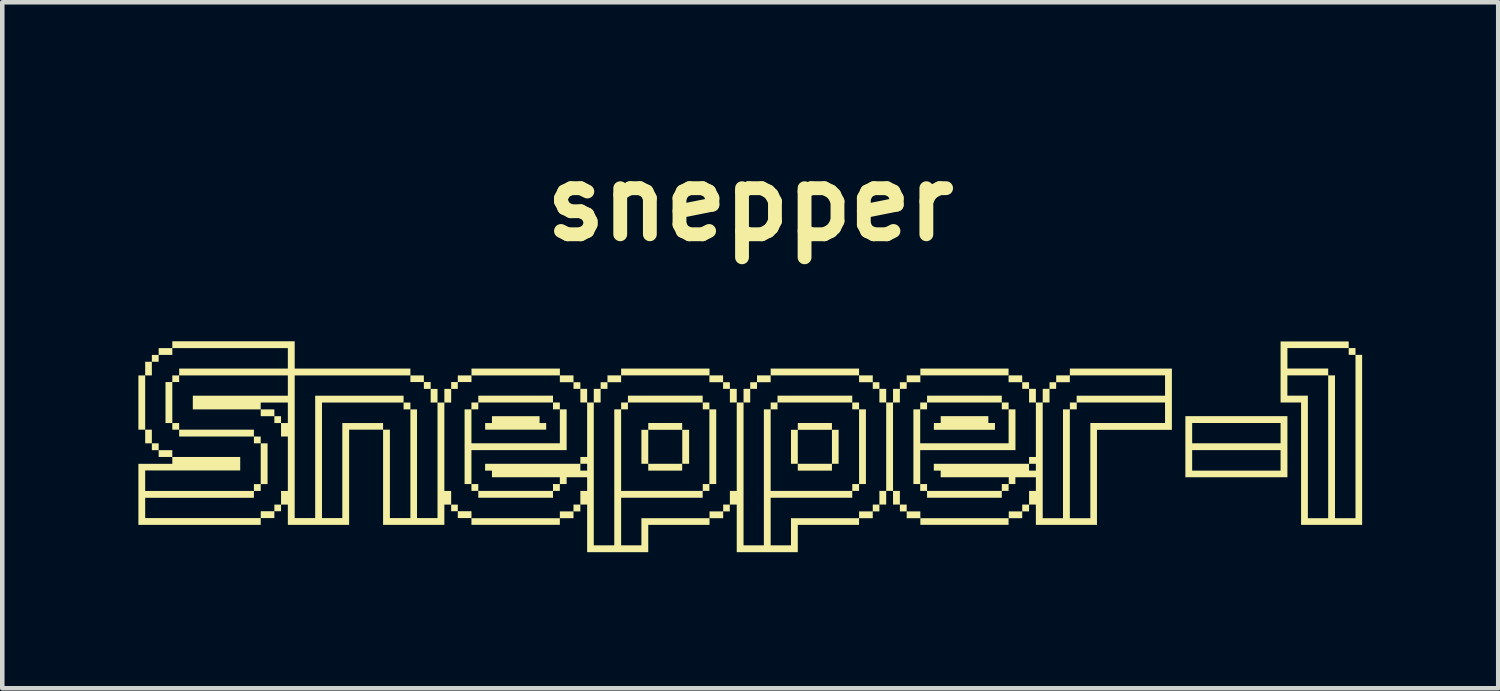
<source format=kicad_pcb>
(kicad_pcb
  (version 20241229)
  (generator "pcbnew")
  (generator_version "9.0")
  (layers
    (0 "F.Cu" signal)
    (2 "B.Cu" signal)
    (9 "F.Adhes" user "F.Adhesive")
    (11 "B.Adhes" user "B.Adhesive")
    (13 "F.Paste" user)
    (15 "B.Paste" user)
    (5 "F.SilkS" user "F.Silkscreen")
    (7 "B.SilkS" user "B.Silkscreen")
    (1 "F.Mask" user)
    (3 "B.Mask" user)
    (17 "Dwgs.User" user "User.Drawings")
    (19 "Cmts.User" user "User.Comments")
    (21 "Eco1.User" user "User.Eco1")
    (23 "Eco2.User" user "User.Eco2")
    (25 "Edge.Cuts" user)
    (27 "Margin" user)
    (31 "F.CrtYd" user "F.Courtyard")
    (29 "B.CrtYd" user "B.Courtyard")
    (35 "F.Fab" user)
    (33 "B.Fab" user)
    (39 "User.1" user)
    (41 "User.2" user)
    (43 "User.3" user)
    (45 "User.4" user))
  (footprint "snepper"
    (layer "F.Cu")
    (at 13.491 6.799)
    (property "Reference" "snepper" (at 0 -5.373 0) (layer "F.SilkS") (effects (font (size 1.524 1.524) (thickness 0.305))))
    (attr smd)
    (fp_poly (pts (xy -13.49 -0.974) (xy -13.49 -1.572) (xy -13.415 -1.572) (xy -13.34 -1.572) (xy -13.34 -0.974) (xy -13.34 -0.376) (xy -13.415 -0.376) (xy -13.49 -0.376) (xy -13.49 -0.974)) (stroke (width 0.001) (type solid)) (fill yes) (layer "F.SilkS"))
    (fp_poly (pts (xy -13.34 -1.723) (xy -13.34 -1.873) (xy -13.267 -1.873) (xy -13.193 -1.873) (xy -13.193 -1.723) (xy -13.193 -1.572) (xy -13.267 -1.572) (xy -13.34 -1.572) (xy -13.34 -1.723)) (stroke (width 0.001) (type solid)) (fill yes) (layer "F.SilkS"))
    (fp_poly (pts (xy -13.34 -0.225) (xy -13.34 -0.376) (xy -13.267 -0.376) (xy -13.193 -0.376) (xy -13.193 -0.225) (xy -13.193 -0.075) (xy -13.267 -0.075) (xy -13.34 -0.075) (xy -13.34 -0.225)) (stroke (width 0.001) (type solid)) (fill yes) (layer "F.SilkS"))
    (fp_poly (pts (xy -13.193 -1.948) (xy -13.193 -2.024) (xy -13.118 -2.024) (xy -13.043 -2.024) (xy -13.043 -1.948) (xy -13.043 -1.873) (xy -13.118 -1.873) (xy -13.193 -1.873) (xy -13.193 -1.948)) (stroke (width 0.001) (type solid)) (fill yes) (layer "F.SilkS"))
    (fp_poly (pts (xy -13.193 0.00044) (xy -13.193 -0.075) (xy -13.118 -0.075) (xy -13.043 -0.075) (xy -13.043 0.00044) (xy -13.043 0.076) (xy -13.118 0.076) (xy -13.193 0.076) (xy -13.193 0.00044)) (stroke (width 0.001) (type solid)) (fill yes) (layer "F.SilkS"))
    (fp_poly (pts (xy -13.043 -2.099) (xy -13.043 -2.174) (xy -12.892 -2.174) (xy -12.742 -2.174) (xy -12.742 -2.099) (xy -12.742 -2.024) (xy -12.892 -2.024) (xy -13.043 -2.024) (xy -13.043 -2.099)) (stroke (width 0.001) (type solid)) (fill yes) (layer "F.SilkS"))
    (fp_poly (pts (xy -13.043 0.151) (xy -13.043 0.076) (xy -12.892 0.076) (xy -12.742 0.076) (xy -12.742 0.151) (xy -12.742 0.226) (xy -12.892 0.226) (xy -13.043 0.226) (xy -13.043 0.151)) (stroke (width 0.001) (type solid)) (fill yes) (layer "F.SilkS"))
    (fp_poly (pts (xy -12.892 -0.974) (xy -12.892 -1.426) (xy -12.817 -1.426) (xy -12.742 -1.426) (xy -12.742 -0.974) (xy -12.742 -0.522) (xy -12.817 -0.522) (xy -12.892 -0.522) (xy -12.892 -0.974)) (stroke (width 0.001) (type solid)) (fill yes) (layer "F.SilkS"))
    (fp_poly (pts (xy -12.742 -1.499) (xy -12.742 -1.572) (xy -12.666 -1.572) (xy -12.591 -1.572) (xy -12.591 -1.499) (xy -12.591 -1.426) (xy -12.666 -1.426) (xy -12.742 -1.426) (xy -12.742 -1.499)) (stroke (width 0.001) (type solid)) (fill yes) (layer "F.SilkS"))
    (fp_poly (pts (xy -12.742 -0.449) (xy -12.742 -0.522) (xy -12.666 -0.522) (xy -12.591 -0.522) (xy -12.591 -0.449) (xy -12.591 -0.376) (xy -12.666 -0.376) (xy -12.742 -0.376) (xy -12.742 -0.449)) (stroke (width 0.001) (type solid)) (fill yes) (layer "F.SilkS"))
    (fp_poly (pts (xy -12.591 -0.301) (xy -12.591 -0.376) (xy -11.767 -0.376) (xy -10.943 -0.376) (xy -10.943 -0.301) (xy -10.943 -0.225) (xy -11.767 -0.225) (xy -12.591 -0.225) (xy -12.591 -0.301)) (stroke (width 0.001) (type solid)) (fill yes) (layer "F.SilkS"))
    (fp_poly (pts (xy -10.943 -0.15) (xy -10.943 -0.225) (xy -10.868 -0.225) (xy -10.793 -0.225) (xy -10.793 -0.15) (xy -10.793 -0.075) (xy -10.868 -0.075) (xy -10.943 -0.075) (xy -10.943 -0.15)) (stroke (width 0.001) (type solid)) (fill yes) (layer "F.SilkS"))
    (fp_poly (pts (xy -10.943 0.9) (xy -10.943 0.824) (xy -10.868 0.824) (xy -10.793 0.824) (xy -10.793 0.9) (xy -10.793 0.975) (xy -10.868 0.975) (xy -10.943 0.975) (xy -10.943 0.9)) (stroke (width 0.001) (type solid)) (fill yes) (layer "F.SilkS"))
    (fp_poly (pts (xy -10.793 -0.748) (xy -10.793 -0.823) (xy -10.642 -0.823) (xy -10.492 -0.823) (xy -10.492 -0.748) (xy -10.492 -0.673) (xy -10.642 -0.673) (xy -10.793 -0.673) (xy -10.793 -0.748)) (stroke (width 0.001) (type solid)) (fill yes) (layer "F.SilkS"))
    (fp_poly (pts (xy -10.793 0.375) (xy -10.793 -0.075) (xy -10.717 -0.075) (xy -10.642 -0.075) (xy -10.642 0.375) (xy -10.642 0.824) (xy -10.717 0.824) (xy -10.793 0.824) (xy -10.793 0.375)) (stroke (width 0.001) (type solid)) (fill yes) (layer "F.SilkS"))
    (fp_poly (pts (xy -10.793 1.498) (xy -10.793 1.422) (xy -10.642 1.422) (xy -10.492 1.422) (xy -10.492 1.498) (xy -10.492 1.573) (xy -10.642 1.573) (xy -10.793 1.573) (xy -10.793 1.498)) (stroke (width 0.001) (type solid)) (fill yes) (layer "F.SilkS"))
    (fp_poly (pts (xy -10.492 -0.598) (xy -10.492 -0.673) (xy -10.418 -0.673) (xy -10.345 -0.673) (xy -10.345 -0.598) (xy -10.345 -0.522) (xy -10.418 -0.522) (xy -10.492 -0.522) (xy -10.492 -0.598)) (stroke (width 0.001) (type solid)) (fill yes) (layer "F.SilkS"))
    (fp_poly (pts (xy -10.492 1.349) (xy -10.492 1.276) (xy -10.418 1.276) (xy -10.345 1.276) (xy -10.345 1.349) (xy -10.345 1.422) (xy -10.418 1.422) (xy -10.492 1.422) (xy -10.492 1.349)) (stroke (width 0.001) (type solid)) (fill yes) (layer "F.SilkS"))
    (fp_poly (pts (xy -7.643 -0.899) (xy -7.643 -0.974) (xy -7.568 -0.974) (xy -7.493 -0.974) (xy -7.493 -0.899) (xy -7.493 -0.823) (xy -7.568 -0.823) (xy -7.643 -0.823) (xy -7.643 -0.899)) (stroke (width 0.001) (type solid)) (fill yes) (layer "F.SilkS"))
    (fp_poly (pts (xy -7.493 -1.499) (xy -7.493 -1.572) (xy -7.344 -1.572) (xy -7.196 -1.572) (xy -7.196 -1.499) (xy -7.196 -1.426) (xy -7.344 -1.426) (xy -7.493 -1.426) (xy -7.493 -1.499)) (stroke (width 0.001) (type solid)) (fill yes) (layer "F.SilkS"))
    (fp_poly (pts (xy -7.196 -1.351) (xy -7.196 -1.426) (xy -7.121 -1.426) (xy -7.046 -1.426) (xy -7.046 -1.351) (xy -7.046 -1.275) (xy -7.121 -1.275) (xy -7.196 -1.275) (xy -7.196 -1.351)) (stroke (width 0.001) (type solid)) (fill yes) (layer "F.SilkS"))
    (fp_poly (pts (xy -7.046 -1.125) (xy -7.046 -1.275) (xy -6.97 -1.275) (xy -6.895 -1.275) (xy -6.895 -1.125) (xy -6.895 -0.974) (xy -6.97 -0.974) (xy -7.046 -0.974) (xy -7.046 -1.125)) (stroke (width 0.001) (type solid)) (fill yes) (layer "F.SilkS"))
    (fp_poly (pts (xy -6.744 -1.125) (xy -6.744 -1.275) (xy -6.669 -1.275) (xy -6.594 -1.275) (xy -6.594 -1.125) (xy -6.594 -0.974) (xy -6.669 -0.974) (xy -6.744 -0.974) (xy -6.744 -1.125)) (stroke (width 0.001) (type solid)) (fill yes) (layer "F.SilkS"))
    (fp_poly (pts (xy -6.594 -1.351) (xy -6.594 -1.426) (xy -6.521 -1.426) (xy -6.448 -1.426) (xy -6.448 -1.351) (xy -6.448 -1.275) (xy -6.521 -1.275) (xy -6.594 -1.275) (xy -6.594 -1.351)) (stroke (width 0.001) (type solid)) (fill yes) (layer "F.SilkS"))
    (fp_poly (pts (xy -6.594 1.349) (xy -6.594 1.276) (xy -6.521 1.276) (xy -6.448 1.276) (xy -6.448 1.349) (xy -6.448 1.422) (xy -6.521 1.422) (xy -6.594 1.422) (xy -6.594 1.349)) (stroke (width 0.001) (type solid)) (fill yes) (layer "F.SilkS"))
    (fp_poly (pts (xy -6.448 -1.499) (xy -6.448 -1.572) (xy -6.297 -1.572) (xy -6.146 -1.572) (xy -6.146 -1.499) (xy -6.146 -1.426) (xy -6.297 -1.426) (xy -6.448 -1.426) (xy -6.448 -1.499)) (stroke (width 0.001) (type solid)) (fill yes) (layer "F.SilkS"))
    (fp_poly (pts (xy -6.448 1.498) (xy -6.448 1.422) (xy -6.297 1.422) (xy -6.146 1.422) (xy -6.146 1.498) (xy -6.146 1.573) (xy -6.297 1.573) (xy -6.448 1.573) (xy -6.448 1.498)) (stroke (width 0.001) (type solid)) (fill yes) (layer "F.SilkS"))
    (fp_poly (pts (xy -6.147 -0.9) (xy -6.147 -0.975) (xy -6.072 -0.975) (xy -5.996 -0.975) (xy -5.996 -0.9) (xy -5.996 -0.824) (xy -6.072 -0.824) (xy -6.147 -0.824) (xy -6.147 -0.9)) (stroke (width 0.001) (type solid)) (fill yes) (layer "F.SilkS"))
    (fp_poly (pts (xy -6.147 0.899) (xy -6.147 0.823) (xy -6.072 0.823) (xy -5.996 0.823) (xy -5.996 0.899) (xy -5.996 0.974) (xy -6.072 0.974) (xy -6.147 0.974) (xy -6.147 0.899)) (stroke (width 0.001) (type solid)) (fill yes) (layer "F.SilkS"))
    (fp_poly (pts (xy -6.147 1.649) (xy -6.147 1.576) (xy -5.173 1.576) (xy -4.198 1.576) (xy -4.198 1.649) (xy -4.198 1.722) (xy -5.173 1.722) (xy -6.147 1.722) (xy -6.147 1.649)) (stroke (width 0.001) (type solid)) (fill yes) (layer "F.SilkS"))
    (fp_poly (pts (xy -6.146 -1.647) (xy -6.146 -1.723) (xy -5.172 -1.723) (xy -4.197 -1.723) (xy -4.197 -1.647) (xy -4.197 -1.572) (xy -5.172 -1.572) (xy -6.146 -1.572) (xy -6.146 -1.647)) (stroke (width 0.001) (type solid)) (fill yes) (layer "F.SilkS"))
    (fp_poly (pts (xy -5.996 -1.05) (xy -5.996 -1.126) (xy -5.173 -1.126) (xy -4.349 -1.126) (xy -4.349 -1.05) (xy -4.349 -0.975) (xy -5.173 -0.975) (xy -5.996 -0.975) (xy -5.996 -1.05)) (stroke (width 0.001) (type solid)) (fill yes) (layer "F.SilkS"))
    (fp_poly (pts (xy -5.996 1.049) (xy -5.996 0.974) (xy -5.173 0.974) (xy -4.349 0.974) (xy -4.349 1.049) (xy -4.349 1.125) (xy -5.173 1.125) (xy -5.996 1.125) (xy -5.996 1.049)) (stroke (width 0.001) (type solid)) (fill yes) (layer "F.SilkS"))
    (fp_poly (pts (xy -4.349 -0.9) (xy -4.349 -0.975) (xy -4.273 -0.975) (xy -4.198 -0.975) (xy -4.198 -0.9) (xy -4.198 -0.824) (xy -4.273 -0.824) (xy -4.349 -0.824) (xy -4.349 -0.9)) (stroke (width 0.001) (type solid)) (fill yes) (layer "F.SilkS"))
    (fp_poly (pts (xy -4.349 0.899) (xy -4.349 0.823) (xy -4.273 0.823) (xy -4.198 0.823) (xy -4.198 0.899) (xy -4.198 0.974) (xy -4.273 0.974) (xy -4.349 0.974) (xy -4.349 0.899)) (stroke (width 0.001) (type solid)) (fill yes) (layer "F.SilkS"))
    (fp_poly (pts (xy -4.198 -1.498) (xy -4.198 -1.573) (xy -4.048 -1.573) (xy -3.897 -1.573) (xy -3.897 -1.498) (xy -3.897 -1.422) (xy -4.048 -1.422) (xy -4.198 -1.422) (xy -4.198 -1.498)) (stroke (width 0.001) (type solid)) (fill yes) (layer "F.SilkS"))
    (fp_poly (pts (xy -4.198 1.501) (xy -4.198 1.426) (xy -4.048 1.426) (xy -3.897 1.426) (xy -3.897 1.501) (xy -3.897 1.576) (xy -4.048 1.576) (xy -4.198 1.576) (xy -4.198 1.501)) (stroke (width 0.001) (type solid)) (fill yes) (layer "F.SilkS"))
    (fp_poly (pts (xy -3.897 -1.349) (xy -3.897 -1.422) (xy -3.822 -1.422) (xy -3.746 -1.422) (xy -3.746 -1.349) (xy -3.746 -1.276) (xy -3.822 -1.276) (xy -3.897 -1.276) (xy -3.897 -1.349)) (stroke (width 0.001) (type solid)) (fill yes) (layer "F.SilkS"))
    (fp_poly (pts (xy -3.897 1.351) (xy -3.897 1.275) (xy -3.822 1.275) (xy -3.746 1.275) (xy -3.746 1.351) (xy -3.746 1.426) (xy -3.822 1.426) (xy -3.897 1.426) (xy -3.897 1.351)) (stroke (width 0.001) (type solid)) (fill yes) (layer "F.SilkS"))
    (fp_poly (pts (xy -3.746 -1.126) (xy -3.746 -1.276) (xy -3.671 -1.276) (xy -3.596 -1.276) (xy -3.596 -1.126) (xy -3.596 -0.975) (xy -3.671 -0.975) (xy -3.746 -0.975) (xy -3.746 -1.126)) (stroke (width 0.001) (type solid)) (fill yes) (layer "F.SilkS"))
    (fp_poly (pts (xy -3.45 -1.126) (xy -3.45 -1.276) (xy -3.374 -1.276) (xy -3.299 -1.276) (xy -3.299 -1.126) (xy -3.299 -0.975) (xy -3.374 -0.975) (xy -3.45 -0.975) (xy -3.45 -1.126)) (stroke (width 0.001) (type solid)) (fill yes) (layer "F.SilkS"))
    (fp_poly (pts (xy -3.299 -1.349) (xy -3.299 -1.422) (xy -3.224 -1.422) (xy -3.148 -1.422) (xy -3.148 -1.349) (xy -3.148 -1.276) (xy -3.224 -1.276) (xy -3.299 -1.276) (xy -3.299 -1.349)) (stroke (width 0.001) (type solid)) (fill yes) (layer "F.SilkS"))
    (fp_poly (pts (xy -3.148 -1.498) (xy -3.148 -1.573) (xy -2.998 -1.573) (xy -2.847 -1.573) (xy -2.847 -1.498) (xy -2.847 -1.422) (xy -2.998 -1.422) (xy -3.148 -1.422) (xy -3.148 -1.498)) (stroke (width 0.001) (type solid)) (fill yes) (layer "F.SilkS"))
    (fp_poly (pts (xy -2.847 -1.648) (xy -2.847 -1.723) (xy -1.873 -1.723) (xy -0.898 -1.723) (xy -0.898 -1.648) (xy -0.898 -1.573) (xy -1.873 -1.573) (xy -2.847 -1.573) (xy -2.847 -1.648)) (stroke (width 0.001) (type solid)) (fill yes) (layer "F.SilkS"))
    (fp_poly (pts (xy -2.847 -0.9) (xy -2.847 -0.975) (xy -2.772 -0.975) (xy -2.697 -0.975) (xy -2.697 -0.9) (xy -2.697 -0.824) (xy -2.772 -0.824) (xy -2.847 -0.824) (xy -2.847 -0.9)) (stroke (width 0.001) (type solid)) (fill yes) (layer "F.SilkS"))
    (fp_poly (pts (xy -2.697 -1.05) (xy -2.697 -1.126) (xy -1.873 -1.126) (xy -1.049 -1.126) (xy -1.049 -1.05) (xy -1.049 -0.975) (xy -1.873 -0.975) (xy -2.697 -0.975) (xy -2.697 -1.05)) (stroke (width 0.001) (type solid)) (fill yes) (layer "F.SilkS"))
    (fp_poly (pts (xy -2.4 0.002) (xy -2.4 -0.373) (xy -2.324 -0.373) (xy -2.249 -0.373) (xy -2.249 0.002) (xy -2.249 0.376) (xy -2.324 0.376) (xy -2.4 0.376) (xy -2.4 0.002)) (stroke (width 0.001) (type solid)) (fill yes) (layer "F.SilkS"))
    (fp_poly (pts (xy -2.249 -0.448) (xy -2.249 -0.523) (xy -1.875 -0.523) (xy -1.501 -0.523) (xy -1.501 -0.448) (xy -1.501 -0.373) (xy -1.875 -0.373) (xy -2.249 -0.373) (xy -2.249 -0.448)) (stroke (width 0.001) (type solid)) (fill yes) (layer "F.SilkS"))
    (fp_poly (pts (xy -2.249 0.451) (xy -2.249 0.376) (xy -1.875 0.376) (xy -1.501 0.376) (xy -1.501 0.451) (xy -1.501 0.527) (xy -1.875 0.527) (xy -2.249 0.527) (xy -2.249 0.451)) (stroke (width 0.001) (type solid)) (fill yes) (layer "F.SilkS"))
    (fp_poly (pts (xy -1.499 0.002) (xy -1.499 -0.373) (xy -1.423 -0.373) (xy -1.348 -0.373) (xy -1.348 0.002) (xy -1.348 0.376) (xy -1.423 0.376) (xy -1.499 0.376) (xy -1.499 0.002)) (stroke (width 0.001) (type solid)) (fill yes) (layer "F.SilkS"))
    (fp_poly (pts (xy -1.047 -0.9) (xy -1.047 -0.975) (xy -0.974 -0.975) (xy -0.901 -0.975) (xy -0.901 -0.9) (xy -0.901 -0.824) (xy -0.974 -0.824) (xy -1.047 -0.824) (xy -1.047 -0.9)) (stroke (width 0.001) (type solid)) (fill yes) (layer "F.SilkS"))
    (fp_poly (pts (xy -1.047 0.899) (xy -1.047 0.823) (xy -0.974 0.823) (xy -0.901 0.823) (xy -0.901 0.899) (xy -0.901 0.974) (xy -0.974 0.974) (xy -1.047 0.974) (xy -1.047 0.899)) (stroke (width 0.001) (type solid)) (fill yes) (layer "F.SilkS"))
    (fp_poly (pts (xy -0.901 -1.498) (xy -0.901 -1.573) (xy -0.75 -1.573) (xy -0.599 -1.573) (xy -0.599 -1.498) (xy -0.599 -1.422) (xy -0.75 -1.422) (xy -0.901 -1.422) (xy -0.901 -1.498)) (stroke (width 0.001) (type solid)) (fill yes) (layer "F.SilkS"))
    (fp_poly (pts (xy -0.901 -0.00045) (xy -0.901 -0.824) (xy -0.825 -0.824) (xy -0.75 -0.824) (xy -0.75 -0.00045) (xy -0.75 0.823) (xy -0.825 0.823) (xy -0.901 0.823) (xy -0.901 -0.00045)) (stroke (width 0.001) (type solid)) (fill yes) (layer "F.SilkS"))
    (fp_poly (pts (xy -0.898 1.501) (xy -0.898 1.426) (xy -0.748 1.426) (xy -0.597 1.426) (xy -0.597 1.501) (xy -0.597 1.576) (xy -0.748 1.576) (xy -0.898 1.576) (xy -0.898 1.501)) (stroke (width 0.001) (type solid)) (fill yes) (layer "F.SilkS"))
    (fp_poly (pts (xy -0.599 -1.349) (xy -0.599 -1.422) (xy -0.524 -1.422) (xy -0.449 -1.422) (xy -0.449 -1.349) (xy -0.449 -1.276) (xy -0.524 -1.276) (xy -0.599 -1.276) (xy -0.599 -1.349)) (stroke (width 0.001) (type solid)) (fill yes) (layer "F.SilkS"))
    (fp_poly (pts (xy -0.597 1.351) (xy -0.597 1.275) (xy -0.524 1.275) (xy -0.451 1.275) (xy -0.451 1.351) (xy -0.451 1.426) (xy -0.524 1.426) (xy -0.597 1.426) (xy -0.597 1.351)) (stroke (width 0.001) (type solid)) (fill yes) (layer "F.SilkS"))
    (fp_poly (pts (xy -0.449 -1.126) (xy -0.449 -1.276) (xy -0.373 -1.276) (xy -0.298 -1.276) (xy -0.298 -1.126) (xy -0.298 -0.975) (xy -0.373 -0.975) (xy -0.449 -0.975) (xy -0.449 -1.126)) (stroke (width 0.001) (type solid)) (fill yes) (layer "F.SilkS"))
    (fp_poly (pts (xy -0.148 -1.126) (xy -0.148 -1.276) (xy -0.074 -1.276) (xy -0.001 -1.276) (xy -0.001 -1.126) (xy -0.001 -0.975) (xy -0.074 -0.975) (xy -0.148 -0.975) (xy -0.148 -1.126)) (stroke (width 0.001) (type solid)) (fill yes) (layer "F.SilkS"))
    (fp_poly (pts (xy -0.001 -1.349) (xy -0.001 -1.422) (xy 0.074 -1.422) (xy 0.149 -1.422) (xy 0.149 -1.349) (xy 0.149 -1.276) (xy 0.074 -1.276) (xy -0.001 -1.276) (xy -0.001 -1.349)) (stroke (width 0.001) (type solid)) (fill yes) (layer "F.SilkS"))
    (fp_poly (pts (xy 0.149 -1.498) (xy 0.149 -1.573) (xy 0.3 -1.573) (xy 0.45 -1.573) (xy 0.45 -1.498) (xy 0.45 -1.422) (xy 0.3 -1.422) (xy 0.149 -1.422) (xy 0.149 -1.498)) (stroke (width 0.001) (type solid)) (fill yes) (layer "F.SilkS"))
    (fp_poly (pts (xy 0.45 -1.648) (xy 0.45 -1.723) (xy 1.425 -1.723) (xy 2.399 -1.723) (xy 2.399 -1.648) (xy 2.399 -1.573) (xy 1.425 -1.573) (xy 0.45 -1.573) (xy 0.45 -1.648)) (stroke (width 0.001) (type solid)) (fill yes) (layer "F.SilkS"))
    (fp_poly (pts (xy 0.45 -0.9) (xy 0.45 -0.975) (xy 0.526 -0.975) (xy 0.601 -0.975) (xy 0.601 -0.9) (xy 0.601 -0.824) (xy 0.526 -0.824) (xy 0.45 -0.824) (xy 0.45 -0.9)) (stroke (width 0.001) (type solid)) (fill yes) (layer "F.SilkS"))
    (fp_poly (pts (xy 0.601 -1.05) (xy 0.601 -1.126) (xy 1.425 -1.126) (xy 2.249 -1.126) (xy 2.249 -1.05) (xy 2.249 -0.975) (xy 1.425 -0.975) (xy 0.601 -0.975) (xy 0.601 -1.05)) (stroke (width 0.001) (type solid)) (fill yes) (layer "F.SilkS"))
    (fp_poly (pts (xy 0.898 0.002) (xy 0.898 -0.373) (xy 0.973 -0.373) (xy 1.048 -0.373) (xy 1.048 0.002) (xy 1.048 0.376) (xy 0.973 0.376) (xy 0.898 0.376) (xy 0.898 0.002)) (stroke (width 0.001) (type solid)) (fill yes) (layer "F.SilkS"))
    (fp_poly (pts (xy 1.048 -0.448) (xy 1.048 -0.523) (xy 1.425 -0.523) (xy 1.801 -0.523) (xy 1.801 -0.448) (xy 1.801 -0.373) (xy 1.425 -0.373) (xy 1.048 -0.373) (xy 1.048 -0.448)) (stroke (width 0.001) (type solid)) (fill yes) (layer "F.SilkS"))
    (fp_poly (pts (xy 1.048 0.451) (xy 1.048 0.376) (xy 1.425 0.376) (xy 1.801 0.376) (xy 1.801 0.451) (xy 1.801 0.527) (xy 1.425 0.527) (xy 1.048 0.527) (xy 1.048 0.451)) (stroke (width 0.001) (type solid)) (fill yes) (layer "F.SilkS"))
    (fp_poly (pts (xy 1.801 0.002) (xy 1.801 -0.373) (xy 1.874 -0.373) (xy 1.948 -0.373) (xy 1.948 0.002) (xy 1.948 0.376) (xy 1.874 0.376) (xy 1.801 0.376) (xy 1.801 0.002)) (stroke (width 0.001) (type solid)) (fill yes) (layer "F.SilkS"))
    (fp_poly (pts (xy 2.249 -0.9) (xy 2.249 -0.975) (xy 2.324 -0.975) (xy 2.399 -0.975) (xy 2.399 -0.9) (xy 2.399 -0.824) (xy 2.324 -0.824) (xy 2.249 -0.824) (xy 2.249 -0.9)) (stroke (width 0.001) (type solid)) (fill yes) (layer "F.SilkS"))
    (fp_poly (pts (xy 2.249 0.899) (xy 2.249 0.823) (xy 2.324 0.823) (xy 2.399 0.823) (xy 2.399 0.899) (xy 2.399 0.974) (xy 2.324 0.974) (xy 2.249 0.974) (xy 2.249 0.899)) (stroke (width 0.001) (type solid)) (fill yes) (layer "F.SilkS"))
    (fp_poly (pts (xy 2.399 -1.498) (xy 2.399 -1.573) (xy 2.55 -1.573) (xy 2.701 -1.573) (xy 2.701 -1.498) (xy 2.701 -1.422) (xy 2.55 -1.422) (xy 2.399 -1.422) (xy 2.399 -1.498)) (stroke (width 0.001) (type solid)) (fill yes) (layer "F.SilkS"))
    (fp_poly (pts (xy 2.399 -0.00045) (xy 2.399 -0.824) (xy 2.475 -0.824) (xy 2.55 -0.824) (xy 2.55 -0.00045) (xy 2.55 0.823) (xy 2.475 0.823) (xy 2.399 0.823) (xy 2.399 -0.00045)) (stroke (width 0.001) (type solid)) (fill yes) (layer "F.SilkS"))
    (fp_poly (pts (xy 2.399 1.501) (xy 2.399 1.426) (xy 2.55 1.426) (xy 2.701 1.426) (xy 2.701 1.501) (xy 2.701 1.576) (xy 2.55 1.576) (xy 2.399 1.576) (xy 2.399 1.501)) (stroke (width 0.001) (type solid)) (fill yes) (layer "F.SilkS"))
    (fp_poly (pts (xy 2.701 -1.349) (xy 2.701 -1.422) (xy 2.774 -1.422) (xy 2.847 -1.422) (xy 2.847 -1.349) (xy 2.847 -1.276) (xy 2.774 -1.276) (xy 2.701 -1.276) (xy 2.701 -1.349)) (stroke (width 0.001) (type solid)) (fill yes) (layer "F.SilkS"))
    (fp_poly (pts (xy 2.701 1.351) (xy 2.701 1.275) (xy 2.774 1.275) (xy 2.847 1.275) (xy 2.847 1.351) (xy 2.847 1.426) (xy 2.774 1.426) (xy 2.701 1.426) (xy 2.701 1.351)) (stroke (width 0.001) (type solid)) (fill yes) (layer "F.SilkS"))
    (fp_poly (pts (xy 2.847 -1.126) (xy 2.847 -1.276) (xy 2.922 -1.276) (xy 2.997 -1.276) (xy 2.997 -1.126) (xy 2.997 -0.975) (xy 2.922 -0.975) (xy 2.847 -0.975) (xy 2.847 -1.126)) (stroke (width 0.001) (type solid)) (fill yes) (layer "F.SilkS"))
    (fp_poly (pts (xy 2.847 1.125) (xy 2.847 0.974) (xy 2.922 0.974) (xy 2.997 0.974) (xy 2.997 1.125) (xy 2.997 1.275) (xy 2.922 1.275) (xy 2.847 1.275) (xy 2.847 1.125)) (stroke (width 0.001) (type solid)) (fill yes) (layer "F.SilkS"))
    (fp_poly (pts (xy 2.997 -0.00045) (xy 2.997 -0.975) (xy 3.073 -0.975) (xy 3.148 -0.975) (xy 3.148 -0.00045) (xy 3.148 0.974) (xy 3.073 0.974) (xy 2.997 0.974) (xy 2.997 -0.00045)) (stroke (width 0.001) (type solid)) (fill yes) (layer "F.SilkS"))
    (fp_poly (pts (xy 3.148 -1.126) (xy 3.148 -1.276) (xy 3.223 -1.276) (xy 3.299 -1.276) (xy 3.299 -1.126) (xy 3.299 -0.975) (xy 3.223 -0.975) (xy 3.148 -0.975) (xy 3.148 -1.126)) (stroke (width 0.001) (type solid)) (fill yes) (layer "F.SilkS"))
    (fp_poly (pts (xy 3.148 1.125) (xy 3.148 0.974) (xy 3.223 0.974) (xy 3.299 0.974) (xy 3.299 1.125) (xy 3.299 1.275) (xy 3.223 1.275) (xy 3.148 1.275) (xy 3.148 1.125)) (stroke (width 0.001) (type solid)) (fill yes) (layer "F.SilkS"))
    (fp_poly (pts (xy 3.299 -1.349) (xy 3.299 -1.422) (xy 3.374 -1.422) (xy 3.449 -1.422) (xy 3.449 -1.349) (xy 3.449 -1.276) (xy 3.374 -1.276) (xy 3.299 -1.276) (xy 3.299 -1.349)) (stroke (width 0.001) (type solid)) (fill yes) (layer "F.SilkS"))
    (fp_poly (pts (xy 3.299 1.351) (xy 3.299 1.275) (xy 3.374 1.275) (xy 3.449 1.275) (xy 3.449 1.351) (xy 3.449 1.426) (xy 3.374 1.426) (xy 3.299 1.426) (xy 3.299 1.351)) (stroke (width 0.001) (type solid)) (fill yes) (layer "F.SilkS"))
    (fp_poly (pts (xy 3.449 -1.498) (xy 3.449 -1.573) (xy 3.6 -1.573) (xy 3.75 -1.573) (xy 3.75 -1.498) (xy 3.75 -1.422) (xy 3.6 -1.422) (xy 3.449 -1.422) (xy 3.449 -1.498)) (stroke (width 0.001) (type solid)) (fill yes) (layer "F.SilkS"))
    (fp_poly (pts (xy 3.449 1.501) (xy 3.449 1.426) (xy 3.6 1.426) (xy 3.75 1.426) (xy 3.75 1.501) (xy 3.75 1.576) (xy 3.6 1.576) (xy 3.449 1.576) (xy 3.449 1.501)) (stroke (width 0.001) (type solid)) (fill yes) (layer "F.SilkS"))
    (fp_poly (pts (xy 3.747 -0.9) (xy 3.747 -0.975) (xy 3.823 -0.975) (xy 3.898 -0.975) (xy 3.898 -0.9) (xy 3.898 -0.824) (xy 3.823 -0.824) (xy 3.747 -0.824) (xy 3.747 -0.9)) (stroke (width 0.001) (type solid)) (fill yes) (layer "F.SilkS"))
    (fp_poly (pts (xy 3.747 0.899) (xy 3.747 0.823) (xy 3.823 0.823) (xy 3.898 0.823) (xy 3.898 0.899) (xy 3.898 0.974) (xy 3.823 0.974) (xy 3.747 0.974) (xy 3.747 0.899)) (stroke (width 0.001) (type solid)) (fill yes) (layer "F.SilkS"))
    (fp_poly (pts (xy 3.75 -1.648) (xy 3.75 -1.723) (xy 4.723 -1.723) (xy 5.695 -1.723) (xy 5.695 -1.648) (xy 5.695 -1.573) (xy 4.723 -1.573) (xy 3.75 -1.573) (xy 3.75 -1.648)) (stroke (width 0.001) (type solid)) (fill yes) (layer "F.SilkS"))
    (fp_poly (pts (xy 3.75 1.649) (xy 3.75 1.576) (xy 4.723 1.576) (xy 5.695 1.576) (xy 5.695 1.649) (xy 5.695 1.722) (xy 4.723 1.722) (xy 3.75 1.722) (xy 3.75 1.649)) (stroke (width 0.001) (type solid)) (fill yes) (layer "F.SilkS"))
    (fp_poly (pts (xy 3.898 -1.05) (xy 3.898 -1.126) (xy 4.722 -1.126) (xy 5.546 -1.126) (xy 5.546 -1.05) (xy 5.546 -0.975) (xy 4.722 -0.975) (xy 3.898 -0.975) (xy 3.898 -1.05)) (stroke (width 0.001) (type solid)) (fill yes) (layer "F.SilkS"))
    (fp_poly (pts (xy 3.898 1.049) (xy 3.898 0.974) (xy 4.722 0.974) (xy 5.546 0.974) (xy 5.546 1.049) (xy 5.546 1.125) (xy 4.722 1.125) (xy 3.898 1.125) (xy 3.898 1.049)) (stroke (width 0.001) (type solid)) (fill yes) (layer "F.SilkS"))
    (fp_poly (pts (xy 5.546 -0.9) (xy 5.546 -0.975) (xy 5.621 -0.975) (xy 5.696 -0.975) (xy 5.696 -0.9) (xy 5.696 -0.824) (xy 5.621 -0.824) (xy 5.546 -0.824) (xy 5.546 -0.9)) (stroke (width 0.001) (type solid)) (fill yes) (layer "F.SilkS"))
    (fp_poly (pts (xy 5.546 0.899) (xy 5.546 0.823) (xy 5.621 0.823) (xy 5.696 0.823) (xy 5.696 0.899) (xy 5.696 0.974) (xy 5.621 0.974) (xy 5.546 0.974) (xy 5.546 0.899)) (stroke (width 0.001) (type solid)) (fill yes) (layer "F.SilkS"))
    (fp_poly (pts (xy 5.695 -1.498) (xy 5.695 -1.573) (xy 5.845 -1.573) (xy 5.996 -1.573) (xy 5.996 -1.498) (xy 5.996 -1.422) (xy 5.845 -1.422) (xy 5.695 -1.422) (xy 5.695 -1.498)) (stroke (width 0.001) (type solid)) (fill yes) (layer "F.SilkS"))
    (fp_poly (pts (xy 5.699 1.501) (xy 5.699 1.426) (xy 5.848 1.426) (xy 5.996 1.426) (xy 5.996 1.501) (xy 5.996 1.576) (xy 5.848 1.576) (xy 5.699 1.576) (xy 5.699 1.501)) (stroke (width 0.001) (type solid)) (fill yes) (layer "F.SilkS"))
    (fp_poly (pts (xy 5.996 1.351) (xy 5.996 1.275) (xy 6.071 1.275) (xy 6.147 1.275) (xy 6.147 1.351) (xy 6.147 1.426) (xy 6.071 1.426) (xy 5.996 1.426) (xy 5.996 1.351)) (stroke (width 0.001) (type solid)) (fill yes) (layer "F.SilkS"))
    (fp_poly (pts (xy 5.996 -1.349) (xy 5.996 -1.422) (xy 6.071 -1.422) (xy 6.147 -1.422) (xy 6.147 -1.349) (xy 6.147 -1.276) (xy 6.071 -1.276) (xy 5.996 -1.276) (xy 5.996 -1.349)) (stroke (width 0.001) (type solid)) (fill yes) (layer "F.SilkS"))
    (fp_poly (pts (xy 6.147 -1.126) (xy 6.147 -1.276) (xy 6.222 -1.276) (xy 6.297 -1.276) (xy 6.297 -1.126) (xy 6.297 -0.975) (xy 6.222 -0.975) (xy 6.147 -0.975) (xy 6.147 -1.126)) (stroke (width 0.001) (type solid)) (fill yes) (layer "F.SilkS"))
    (fp_poly (pts (xy 6.448 -1.126) (xy 6.448 -1.276) (xy 6.523 -1.276) (xy 6.598 -1.276) (xy 6.598 -1.126) (xy 6.598 -0.975) (xy 6.523 -0.975) (xy 6.448 -0.975) (xy 6.448 -1.126)) (stroke (width 0.001) (type solid)) (fill yes) (layer "F.SilkS"))
    (fp_poly (pts (xy 6.598 -1.349) (xy 6.598 -1.422) (xy 6.671 -1.422) (xy 6.744 -1.422) (xy 6.744 -1.349) (xy 6.744 -1.276) (xy 6.671 -1.276) (xy 6.598 -1.276) (xy 6.598 -1.349)) (stroke (width 0.001) (type solid)) (fill yes) (layer "F.SilkS"))
    (fp_poly (pts (xy 6.745 -1.498) (xy 6.745 -1.573) (xy 6.895 -1.573) (xy 7.046 -1.573) (xy 7.046 -1.498) (xy 7.046 -1.422) (xy 6.895 -1.422) (xy 6.745 -1.422) (xy 6.745 -1.498)) (stroke (width 0.001) (type solid)) (fill yes) (layer "F.SilkS"))
    (fp_poly (pts (xy 7.047 -0.9) (xy 7.047 -0.975) (xy 7.123 -0.975) (xy 7.198 -0.975) (xy 7.198 -0.9) (xy 7.198 -0.824) (xy 7.123 -0.824) (xy 7.047 -0.824) (xy 7.047 -0.9)) (stroke (width 0.001) (type solid)) (fill yes) (layer "F.SilkS"))
    (fp_poly (pts (xy 13.194 -2.1) (xy 13.194 -2.175) (xy 13.269 -2.175) (xy 13.344 -2.175) (xy 13.344 -2.1) (xy 13.344 -2.025) (xy 13.269 -2.025) (xy 13.194 -2.025) (xy 13.194 -2.1)) (stroke (width 0.001) (type solid)) (fill yes) (layer "F.SilkS"))
    (fp_poly (pts (xy -5.845 -0.449) (xy -5.845 -0.522) (xy -5.77 -0.522) (xy -5.695 -0.522) (xy -5.695 -0.597) (xy -5.695 -0.673) (xy -5.17 -0.673) (xy -4.645 -0.673) (xy -4.645 -0.597) (xy -4.645 -0.522) (xy -4.572 -0.522) (xy -4.499 -0.522) (xy -4.499 -0.449) (xy -4.499 -0.376) (xy -5.172 -0.376) (xy -5.845 -0.376) (xy -5.845 -0.449) (xy -5.845 -0.449)) (stroke (width 0.001) (type solid)) (fill yes) (layer "F.SilkS"))
    (fp_poly (pts (xy 4.049 -0.448) (xy 4.049 -0.523) (xy 4.124 -0.523) (xy 4.199 -0.523) (xy 4.199 -0.598) (xy 4.199 -0.674) (xy 4.724 -0.674) (xy 5.249 -0.674) (xy 5.249 -0.598) (xy 5.249 -0.523) (xy 5.322 -0.523) (xy 5.395 -0.523) (xy 5.395 -0.448) (xy 5.395 -0.373) (xy 4.722 -0.373) (xy 4.048 -0.373) (xy 4.048 -0.448) (xy 4.049 -0.448)) (stroke (width 0.001) (type solid)) (fill yes) (layer "F.SilkS"))
    (fp_poly (pts (xy -6.298 -0.00045) (xy -6.298 -0.824) (xy -6.222 -0.824) (xy -6.147 -0.824) (xy -6.147 -0.45) (xy -6.147 -0.076) (xy -5.173 -0.076) (xy -4.198 -0.076) (xy -4.198 -0.45) (xy -4.198 -0.824) (xy -4.123 -0.824) (xy -4.048 -0.824) (xy -4.048 -0.375) (xy -4.048 0.075) (xy -5.097 0.075) (xy -6.147 0.075) (xy -6.147 0.449) (xy -6.147 0.823) (xy -6.222 0.823) (xy -6.298 0.823) (xy -6.298 -0.00045)) (stroke (width 0.001) (type solid)) (fill yes) (layer "F.SilkS"))
    (fp_poly (pts (xy 3.597 -0.00045) (xy 3.597 -0.824) (xy 3.672 -0.824) (xy 3.747 -0.824) (xy 3.747 -0.45) (xy 3.747 -0.076) (xy 4.722 -0.076) (xy 5.696 -0.076) (xy 5.696 -0.45) (xy 5.696 -0.824) (xy 5.772 -0.824) (xy 5.847 -0.824) (xy 5.847 -0.375) (xy 5.847 0.075) (xy 4.797 0.075) (xy 3.747 0.075) (xy 3.747 0.449) (xy 3.747 0.823) (xy 3.672 0.823) (xy 3.597 0.823) (xy 3.597 -0.00045)) (stroke (width 0.001) (type solid)) (fill yes) (layer "F.SilkS"))
    (fp_poly (pts (xy -13.49 1.05) (xy -13.49 0.377) (xy -13.116 0.377) (xy -12.742 0.377) (xy -12.742 0.302) (xy -12.742 0.226) (xy -11.993 0.226) (xy -11.245 0.226) (xy -11.245 0.375) (xy -11.245 0.523) (xy -12.292 0.523) (xy -13.34 0.523) (xy -13.34 0.749) (xy -13.34 0.975) (xy -12.141 0.975) (xy -10.943 0.975) (xy -10.943 1.05) (xy -10.943 1.126) (xy -12.141 1.126) (xy -13.34 1.126) (xy -13.34 1.349) (xy -13.34 1.573) (xy -12.066 1.573) (xy -10.793 1.573) (xy -10.793 1.648) (xy -10.793 1.723) (xy -12.141 1.723) (xy -13.49 1.723) (xy -13.49 1.05)) (stroke (width 0.001) (type solid)) (fill yes) (layer "F.SilkS"))
    (fp_poly (pts (xy 9.593 -0.00045) (xy 11.692 0.075) (xy 10.718 0.075) (xy 9.743 0.075) (xy 9.743 0.301) (xy 9.743 0.527) (xy 10.718 0.527) (xy 11.692 0.527) (xy 11.692 0.301) (xy 11.692 0.075) (xy 9.593 -0.00045) (xy 9.743 -0.523) (xy 9.743 -0.299) (xy 9.743 -0.076) (xy 10.718 -0.076) (xy 11.692 -0.076) (xy 11.692 -0.299) (xy 11.692 -0.523) (xy 10.718 -0.523) (xy 9.743 -0.523) (xy 9.593 -0.00045) (xy 9.593 -0.674) (xy 10.718 -0.674) (xy 11.843 -0.674) (xy 11.843 -0.00045) (xy 11.843 0.673) (xy 10.718 0.673) (xy 9.593 0.673) (xy 9.593 -0.00045)) (stroke (width 0.001) (type solid)) (fill yes) (layer "F.SilkS"))
    (fp_poly (pts (xy -8.095 0.674) (xy -8.095 -0.376) (xy -8.02 -0.376) (xy -7.945 -0.376) (xy -7.945 0.598) (xy -7.945 1.573) (xy -7.719 1.573) (xy -7.493 1.573) (xy -7.493 0.375) (xy -7.493 -0.823) (xy -7.42 -0.823) (xy -7.347 -0.823) (xy -7.347 0.375) (xy -7.347 1.573) (xy -7.121 1.573) (xy -6.895 1.573) (xy -6.895 0.299) (xy -6.895 -0.974) (xy -6.82 -0.974) (xy -6.744 -0.974) (xy -6.744 0.00044) (xy -6.744 0.975) (xy -6.669 0.975) (xy -6.594 0.975) (xy -6.594 1.126) (xy -6.594 1.276) (xy -6.669 1.276) (xy -6.744 1.276) (xy -6.744 1.5) (xy -6.744 1.723) (xy -7.42 1.723) (xy -8.095 1.723) (xy -8.095 0.674) (xy -8.095 0.674)) (stroke (width 0.001) (type solid)) (fill yes) (layer "F.SilkS"))
    (fp_poly (pts (xy -0.298 1.8) (xy -0.298 1.275) (xy -0.373 1.275) (xy -0.449 1.275) (xy -0.449 1.125) (xy -0.449 0.974) (xy -0.373 0.974) (xy -0.298 0.974) (xy -0.298 -0.00045) (xy -0.298 -0.975) (xy -0.223 -0.975) (xy -0.148 -0.975) (xy -0.148 0.6) (xy -0.148 2.174) (xy 0.076 2.174) (xy 0.3 2.174) (xy 0.3 0.675) (xy 0.3 -0.824) (xy 0.375 -0.824) (xy 0.45 -0.824) (xy 0.45 0.075) (xy 0.45 0.974) (xy 1.35 0.974) (xy 2.249 0.974) (xy 2.249 1.049) (xy 2.249 1.125) (xy 1.35 1.125) (xy 0.45 1.125) (xy 0.45 1.649) (xy 0.45 2.174) (xy 0.674 2.174) (xy 0.898 2.174) (xy 0.898 1.875) (xy 0.898 1.576) (xy 1.649 1.576) (xy 2.399 1.576) (xy 2.399 1.65) (xy 2.399 1.723) (xy 1.724 1.723) (xy 1.048 1.723) (xy 1.048 2.024) (xy 1.048 2.325) (xy 0.375 2.325) (xy -0.298 2.325) (xy -0.298 1.8) (xy -0.298 1.8)) (stroke (width 0.001) (type solid)) (fill yes) (layer "F.SilkS"))
    (fp_poly (pts (xy 12.144 0.374) (xy 12.294 -1.126) (xy 12.294 0.225) (xy 12.294 1.576) (xy 12.518 1.576) (xy 12.742 1.576) (xy 12.742 0.002) (xy 12.742 -1.573) (xy 12.292 -1.573) (xy 11.842 -1.573) (xy 11.842 -1.349) (xy 11.842 -1.126) (xy 12.068 -1.126) (xy 12.294 -1.126) (xy 12.144 0.374) (xy 12.144 -0.975) (xy 11.918 -0.975) (xy 11.692 -0.975) (xy 11.692 -1.648) (xy 11.692 -2.321) (xy 12.443 -2.321) (xy 13.194 -2.321) (xy 13.194 -2.248) (xy 13.194 -2.175) (xy 12.518 -2.175) (xy 11.843 -2.175) (xy 11.843 -1.949) (xy 11.843 -1.724) (xy 12.292 -1.724) (xy 12.742 -1.724) (xy 12.742 -1.648) (xy 12.742 -1.573) (xy 12.817 -1.573) (xy 12.892 -1.573) (xy 12.892 0.002) (xy 12.892 1.576) (xy 13.118 1.576) (xy 13.344 1.576) (xy 13.344 -0.224) (xy 13.344 -2.025) (xy 13.417 -2.025) (xy 13.49 -2.025) (xy 13.49 -0.151) (xy 13.49 1.723) (xy 12.817 1.723) (xy 12.144 1.723) (xy 12.144 0.374) (xy 12.144 0.374)) (stroke (width 0.001) (type solid)) (fill yes) (layer "F.SilkS"))
    (fp_poly (pts (xy -3.596 1.8) (xy -3.596 0.527) (xy -3.596 0.451) (xy -3.596 0.376) (xy -3.671 0.376) (xy -3.746 0.376) (xy -3.746 0.451) (xy -3.746 0.527) (xy -3.671 0.527) (xy -3.596 0.527) (xy -3.596 1.8) (xy -3.596 1.275) (xy -3.671 1.275) (xy -3.746 1.275) (xy -3.746 1.125) (xy -3.746 0.974) (xy -3.671 0.974) (xy -3.596 0.974) (xy -3.596 0.823) (xy -3.596 0.673) (xy -3.822 0.673) (xy -4.048 0.673) (xy -4.048 0.748) (xy -4.048 0.823) (xy -4.123 0.823) (xy -4.198 0.823) (xy -4.198 0.748) (xy -4.198 0.673) (xy -4.947 0.673) (xy -5.695 0.673) (xy -5.695 0.6) (xy -5.695 0.527) (xy -5.771 0.527) (xy -5.846 0.527) (xy -5.846 0.451) (xy -5.846 0.376) (xy -4.796 0.376) (xy -3.746 0.376) (xy -3.746 0.301) (xy -3.746 0.226) (xy -3.671 0.226) (xy -3.596 0.226) (xy -3.596 -0.375) (xy -3.596 -0.975) (xy -3.523 -0.975) (xy -3.45 -0.975) (xy -3.45 0.6) (xy -3.45 2.174) (xy -3.224 2.174) (xy -2.998 2.174) (xy -2.998 0.675) (xy -2.998 -0.824) (xy -2.922 -0.824) (xy -2.847 -0.824) (xy -2.847 0.075) (xy -2.847 0.974) (xy -1.948 0.974) (xy -1.049 0.974) (xy -1.049 1.049) (xy -1.049 1.125) (xy -1.948 1.125) (xy -2.847 1.125) (xy -2.847 1.65) (xy -2.847 2.174) (xy -2.623 2.174) (xy -2.4 2.174) (xy -2.4 1.875) (xy -2.4 1.576) (xy -1.649 1.576) (xy -0.898 1.576) (xy -0.898 1.65) (xy -0.898 1.723) (xy -1.574 1.723) (xy -2.249 1.723) (xy -2.249 2.024) (xy -2.249 2.325) (xy -2.922 2.325) (xy -3.596 2.325) (xy -3.596 1.8) (xy -3.596 1.8)) (stroke (width 0.001) (type solid)) (fill yes) (layer "F.SilkS"))
    (fp_poly (pts (xy -10.195 1.5) (xy -10.195 1.276) (xy -10.27 1.276) (xy -10.345 1.276) (xy -10.345 1.126) (xy -10.345 0.975) (xy -10.27 0.975) (xy -10.195 0.975) (xy -10.195 0.375) (xy -10.195 -0.225) (xy -10.27 -0.225) (xy -10.345 -0.225) (xy -10.345 -0.374) (xy -10.345 -0.522) (xy -10.27 -0.522) (xy -10.195 -0.522) (xy -10.195 -0.748) (xy -10.195 -0.974) (xy -10.494 -0.974) (xy -10.793 -0.974) (xy -10.793 -0.899) (xy -10.793 -0.823) (xy -11.541 -0.823) (xy -12.29 -0.823) (xy -12.29 -0.974) (xy -12.29 -1.125) (xy -11.242 -1.125) (xy -10.195 -1.125) (xy -10.195 -1.348) (xy -10.195 -1.572) (xy -11.393 -1.572) (xy -12.591 -1.572) (xy -12.591 -1.647) (xy -12.591 -1.723) (xy -11.393 -1.723) (xy -10.195 -1.723) (xy -10.195 -1.948) (xy -10.195 -2.174) (xy -11.468 -2.174) (xy -12.742 -2.174) (xy -12.742 -2.25) (xy -12.742 -2.325) (xy -11.393 -2.325) (xy -10.044 -2.325) (xy -10.044 -2.024) (xy -10.044 -1.723) (xy -8.768 -1.723) (xy -7.493 -1.723) (xy -7.493 -1.647) (xy -7.493 -1.572) (xy -8.768 -1.572) (xy -10.044 -1.572) (xy -10.044 0.00044) (xy -10.044 1.573) (xy -9.818 1.573) (xy -9.592 1.573) (xy -9.592 0.224) (xy -9.592 -1.125) (xy -8.618 -1.125) (xy -7.643 -1.125) (xy -7.643 -1.049) (xy -7.643 -0.974) (xy -8.543 -0.974) (xy -9.442 -0.974) (xy -9.442 0.299) (xy -9.442 1.573) (xy -9.218 1.573) (xy -8.994 1.573) (xy -8.994 0.525) (xy -8.994 -0.522) (xy -8.545 -0.522) (xy -8.095 -0.522) (xy -8.095 -0.449) (xy -8.095 -0.376) (xy -8.469 -0.376) (xy -8.844 -0.376) (xy -8.844 0.674) (xy -8.844 1.723) (xy -9.519 1.723) (xy -10.195 1.723) (xy -10.195 1.5) (xy -10.195 1.5)) (stroke (width 0.001) (type solid)) (fill yes) (layer "F.SilkS"))
    (fp_poly (pts (xy 6.297 1.499) (xy 6.297 1.275) (xy 6.222 1.275) (xy 6.147 1.275) (xy 6.147 1.125) (xy 6.147 0.974) (xy 6.222 0.974) (xy 6.297 0.974) (xy 6.297 0.823) (xy 6.297 0.673) (xy 6.297 0.451) (xy 6.297 0.376) (xy 6.222 0.376) (xy 6.147 0.376) (xy 6.147 0.451) (xy 6.147 0.527) (xy 6.222 0.527) (xy 6.297 0.527) (xy 6.297 0.451) (xy 6.297 0.673) (xy 6.071 0.673) (xy 5.845 0.673) (xy 5.845 0.748) (xy 5.845 0.823) (xy 5.772 0.823) (xy 5.699 0.823) (xy 5.699 0.748) (xy 5.699 0.673) (xy 4.948 0.673) (xy 4.198 0.673) (xy 4.198 0.6) (xy 4.198 0.527) (xy 4.122 0.527) (xy 4.047 0.527) (xy 4.047 0.451) (xy 4.047 0.376) (xy 5.097 0.376) (xy 6.147 0.376) (xy 6.147 0.301) (xy 6.147 0.226) (xy 6.222 0.226) (xy 6.297 0.226) (xy 6.297 -0.375) (xy 6.297 -0.975) (xy 6.372 -0.975) (xy 6.448 -0.975) (xy 6.448 0.301) (xy 6.448 1.576) (xy 6.671 1.576) (xy 6.895 1.576) (xy 6.895 0.376) (xy 6.895 -0.824) (xy 6.97 -0.824) (xy 7.046 -0.824) (xy 7.046 0.376) (xy 7.046 1.576) (xy 7.272 1.576) (xy 7.498 1.576) (xy 7.498 0.527) (xy 7.498 -0.523) (xy 8.321 -0.523) (xy 9.145 -0.523) (xy 9.145 -0.749) (xy 9.145 -0.975) (xy 8.171 -0.975) (xy 7.196 -0.975) (xy 7.196 -1.05) (xy 7.196 -1.125) (xy 8.171 -1.125) (xy 9.145 -1.125) (xy 9.145 -1.349) (xy 9.145 -1.573) (xy 8.096 -1.573) (xy 7.046 -1.573) (xy 7.046 -1.648) (xy 7.046 -1.723) (xy 8.171 -1.723) (xy 9.296 -1.723) (xy 9.296 -1.048) (xy 9.296 -0.372) (xy 8.47 -0.372) (xy 7.644 -0.372) (xy 7.644 0.675) (xy 7.644 1.723) (xy 6.97 1.723) (xy 6.297 1.723) (xy 6.297 1.499) (xy 6.297 1.499)) (stroke (width 0.001) (type solid)) (fill yes) (layer "F.SilkS")))
  (gr_rect
    (start -3 -3)
    (end 29.982 12.125)
    (stroke (width 0.1) (type default))
    (fill no)
    (layer "Edge.Cuts")))
</source>
